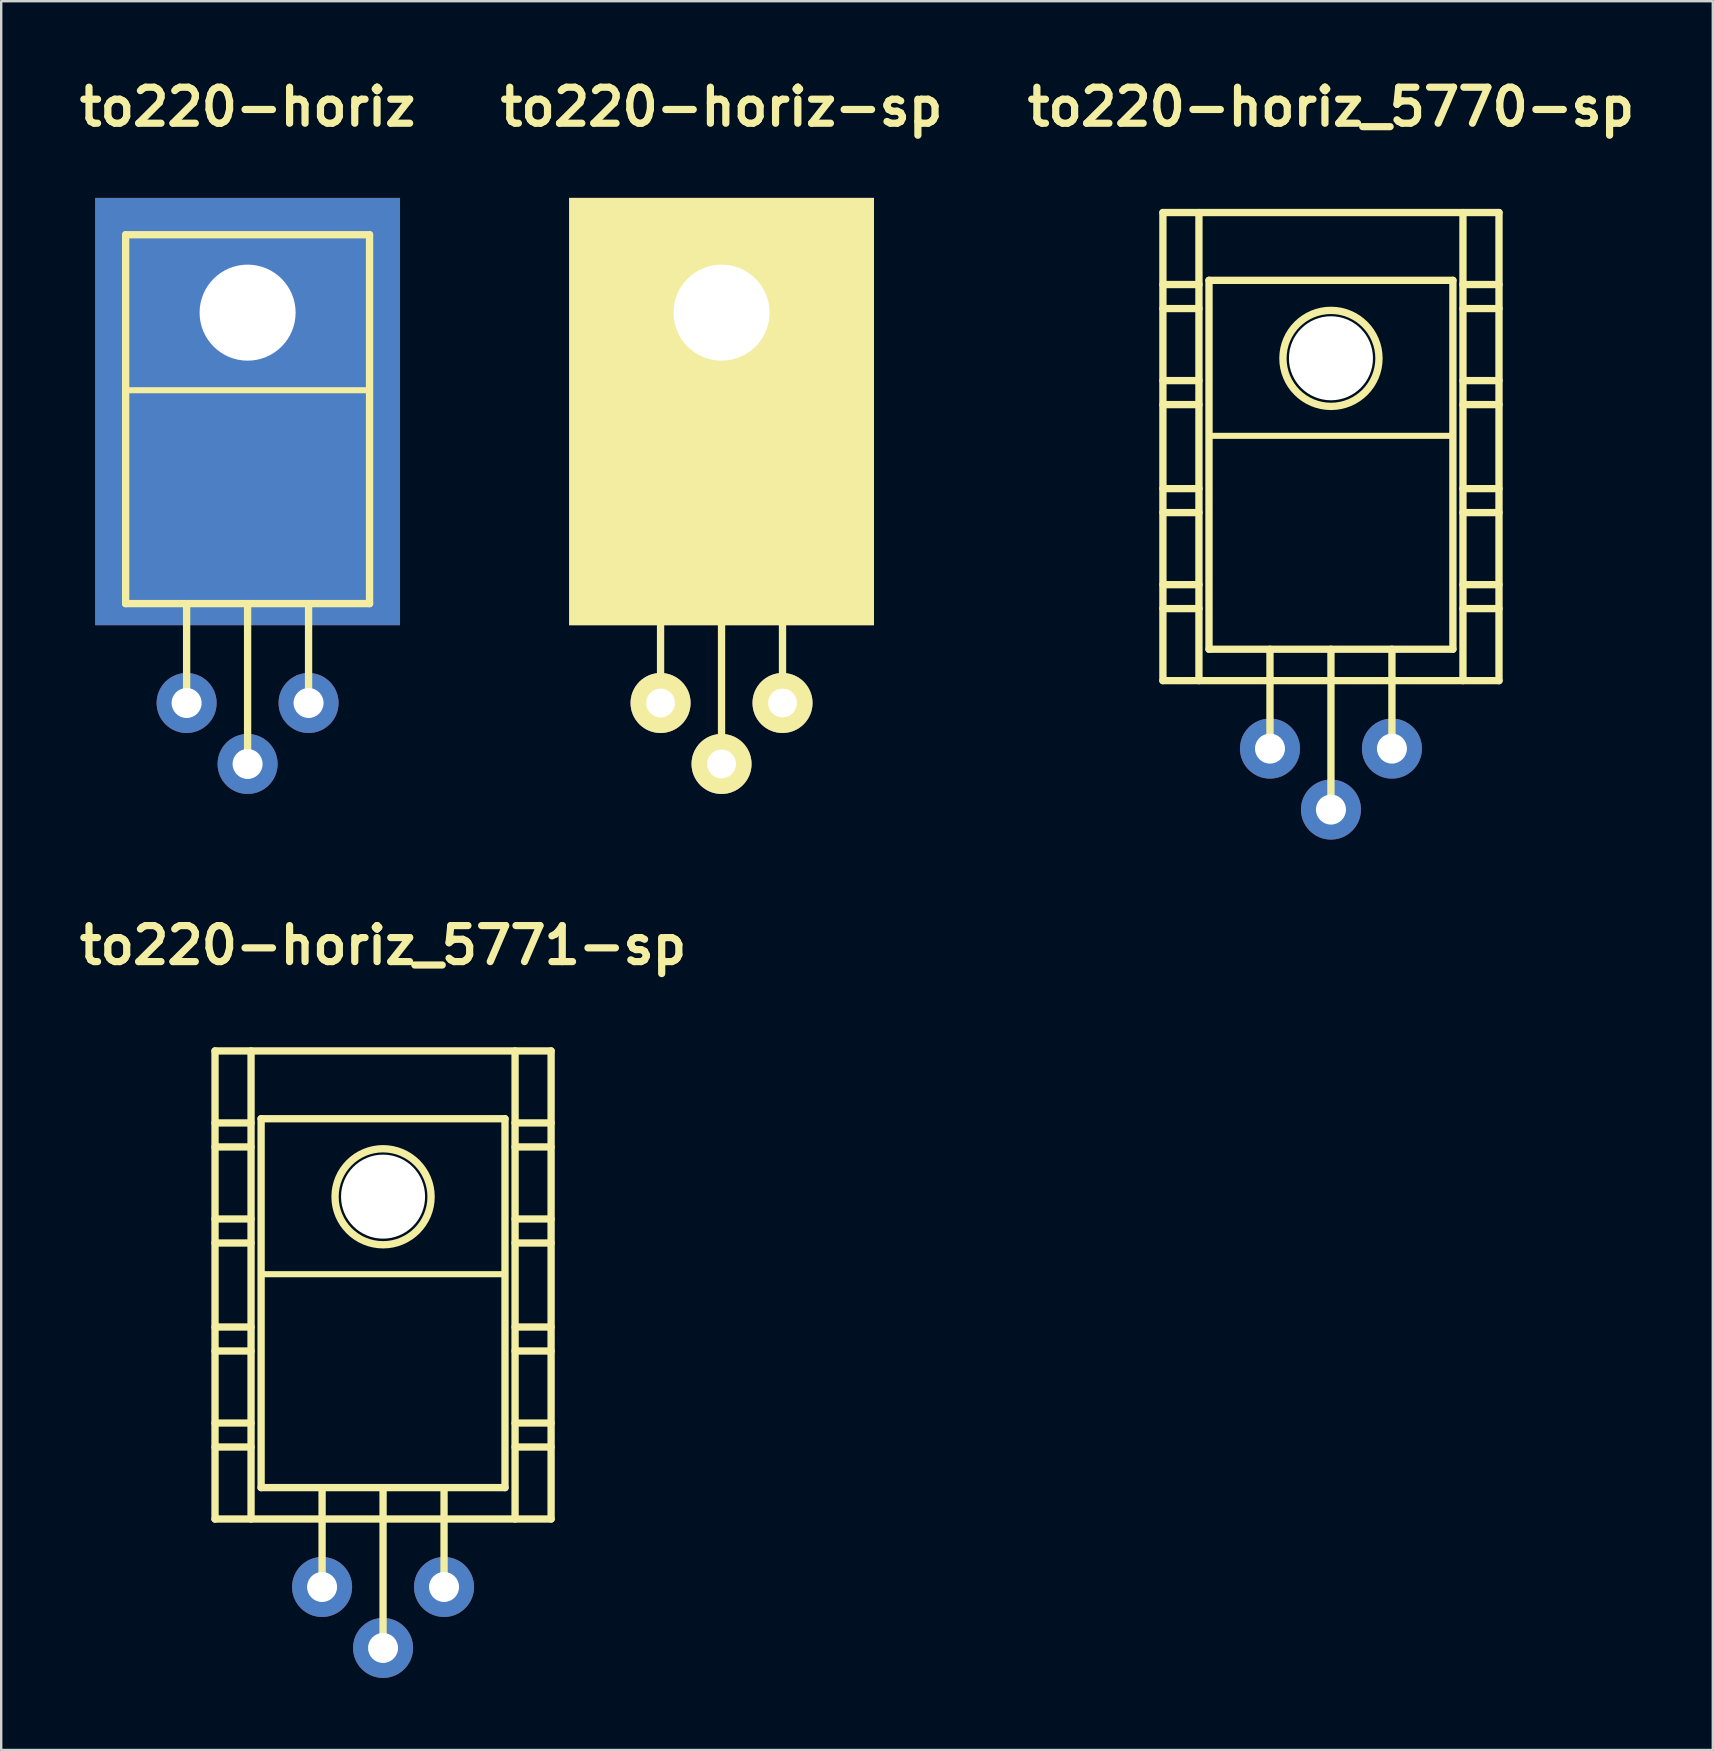
<source format=kicad_pcb>
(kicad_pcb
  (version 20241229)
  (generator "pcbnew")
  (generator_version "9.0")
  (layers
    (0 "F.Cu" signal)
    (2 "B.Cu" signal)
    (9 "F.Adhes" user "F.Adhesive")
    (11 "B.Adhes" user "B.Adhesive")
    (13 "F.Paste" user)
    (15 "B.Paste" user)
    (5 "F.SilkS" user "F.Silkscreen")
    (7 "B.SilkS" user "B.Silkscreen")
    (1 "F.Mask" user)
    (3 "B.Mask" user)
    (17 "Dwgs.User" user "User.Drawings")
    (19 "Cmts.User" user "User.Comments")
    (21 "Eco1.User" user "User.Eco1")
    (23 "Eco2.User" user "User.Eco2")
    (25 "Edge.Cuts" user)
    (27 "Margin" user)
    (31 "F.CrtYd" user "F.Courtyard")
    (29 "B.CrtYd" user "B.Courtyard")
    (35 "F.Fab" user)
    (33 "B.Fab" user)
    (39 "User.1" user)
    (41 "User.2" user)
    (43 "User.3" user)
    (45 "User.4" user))
  (footprint "to220-horiz_5771-sp"
    (layer "F.Cu")
    (at 12.907 54.728)
    (property "Reference" "to220-horiz_5771-sp" (at 0 -18.4 0) (layer "F.SilkS") (effects (font (size 1.5 1.5) (thickness 0.3))))
    (attr through_hole)
    (fp_line (start -7 -14) (end -7 5.499) (stroke (width 0.305) (type solid)) (layer "F.SilkS"))
    (fp_line (start -7 -11.001) (end -5.499 -11.001) (stroke (width 0.305) (type solid)) (layer "F.SilkS"))
    (fp_line (start -7 -10) (end -5.499 -10) (stroke (width 0.305) (type solid)) (layer "F.SilkS"))
    (fp_line (start -7 -7) (end -5.499 -7) (stroke (width 0.305) (type solid)) (layer "F.SilkS"))
    (fp_line (start -7 -5.999) (end -5.499 -5.999) (stroke (width 0.305) (type solid)) (layer "F.SilkS"))
    (fp_line (start -7 -2.499) (end -5.499 -2.499) (stroke (width 0.305) (type solid)) (layer "F.SilkS"))
    (fp_line (start -7 -1.501) (end -5.499 -1.501) (stroke (width 0.305) (type solid)) (layer "F.SilkS"))
    (fp_line (start -7 1.501) (end -5.499 1.501) (stroke (width 0.305) (type solid)) (layer "F.SilkS"))
    (fp_line (start -7 2.499) (end -5.499 2.499) (stroke (width 0.305) (type solid)) (layer "F.SilkS"))
    (fp_line (start -7 5.499) (end 7 5.499) (stroke (width 0.305) (type solid)) (layer "F.SilkS"))
    (fp_line (start -5.499 5.499) (end -5.499 -14) (stroke (width 0.305) (type solid)) (layer "F.SilkS"))
    (fp_line (start -5.08 -11.176) (end -5.08 4.191) (stroke (width 0.305) (type solid)) (layer "F.SilkS"))
    (fp_line (start -5.08 4.191) (end 5.08 4.191) (stroke (width 0.305) (type solid)) (layer "F.SilkS"))
    (fp_line (start -2.54 8.382) (end -2.54 4.191) (stroke (width 0.305) (type solid)) (layer "F.SilkS"))
    (fp_line (start 0 4.191) (end 0 10.922) (stroke (width 0.305) (type solid)) (layer "F.SilkS"))
    (fp_line (start 2.54 8.382) (end 2.54 4.191) (stroke (width 0.305) (type solid)) (layer "F.SilkS"))
    (fp_line (start 5.08 -11.176) (end -5.08 -11.176) (stroke (width 0.305) (type solid)) (layer "F.SilkS"))
    (fp_line (start 5.08 -4.699) (end -5.08 -4.699) (stroke (width 0.254) (type solid)) (layer "F.SilkS"))
    (fp_line (start 5.08 4.191) (end 5.08 -11.176) (stroke (width 0.305) (type solid)) (layer "F.SilkS"))
    (fp_line (start 5.499 -14) (end 5.499 5.499) (stroke (width 0.305) (type solid)) (layer "F.SilkS"))
    (fp_line (start 5.499 -11.001) (end 7 -11.001) (stroke (width 0.305) (type solid)) (layer "F.SilkS"))
    (fp_line (start 5.499 -10) (end 7 -10) (stroke (width 0.305) (type solid)) (layer "F.SilkS"))
    (fp_line (start 5.499 -7) (end 7 -7) (stroke (width 0.305) (type solid)) (layer "F.SilkS"))
    (fp_line (start 5.499 -5.999) (end 7 -5.999) (stroke (width 0.305) (type solid)) (layer "F.SilkS"))
    (fp_line (start 5.499 -2.499) (end 7 -2.499) (stroke (width 0.305) (type solid)) (layer "F.SilkS"))
    (fp_line (start 5.499 -1.501) (end 7 -1.501) (stroke (width 0.305) (type solid)) (layer "F.SilkS"))
    (fp_line (start 5.499 1.501) (end 7 1.501) (stroke (width 0.305) (type solid)) (layer "F.SilkS"))
    (fp_line (start 5.499 2.499) (end 7 2.499) (stroke (width 0.305) (type solid)) (layer "F.SilkS"))
    (fp_line (start 7 -14) (end -7 -14) (stroke (width 0.305) (type solid)) (layer "F.SilkS"))
    (fp_line (start 7 5.499) (end 7 -14) (stroke (width 0.305) (type solid)) (layer "F.SilkS"))
    (fp_circle (center 0 -7.925) (end -1.999 -8.001) (stroke (width 0.305) (type solid)) (fill no) (layer "F.SilkS"))
    (pad "" np_thru_hole circle (at 0 -7.93) (size 3.5 3.5) (drill 3.5) (layers "*.Cu" "*.Mask"))
    (pad "1" thru_hole circle (at -2.54 8.33) (size 2.5 2.5) (drill 1.25) (layers "*.Cu" "*.Mask"))
    (pad "2" thru_hole circle (at 0 10.87) (size 2.5 2.5) (drill 1.25) (layers "*.Cu" "*.Mask"))
    (pad "3" thru_hole circle (at 2.54 8.33) (size 2.5 2.5) (drill 1.25) (layers "*.Cu" "*.Mask")))
  (footprint "to220-horiz_5770-sp"
    (layer "F.Cu")
    (at 52.393 19.804)
    (property "Reference" "to220-horiz_5770-sp" (at 0 -18.4 0) (layer "F.SilkS") (effects (font (size 1.5 1.5) (thickness 0.3))))
    (attr through_hole)
    (fp_line (start -7 -14) (end -7 5.499) (stroke (width 0.305) (type solid)) (layer "F.SilkS"))
    (fp_line (start -7 -11.001) (end -5.499 -11.001) (stroke (width 0.305) (type solid)) (layer "F.SilkS"))
    (fp_line (start -7 -10) (end -5.499 -10) (stroke (width 0.305) (type solid)) (layer "F.SilkS"))
    (fp_line (start -7 -7) (end -5.499 -7) (stroke (width 0.305) (type solid)) (layer "F.SilkS"))
    (fp_line (start -7 -5.999) (end -5.499 -5.999) (stroke (width 0.305) (type solid)) (layer "F.SilkS"))
    (fp_line (start -7 -2.499) (end -5.499 -2.499) (stroke (width 0.305) (type solid)) (layer "F.SilkS"))
    (fp_line (start -7 -1.501) (end -5.499 -1.501) (stroke (width 0.305) (type solid)) (layer "F.SilkS"))
    (fp_line (start -7 1.501) (end -5.499 1.501) (stroke (width 0.305) (type solid)) (layer "F.SilkS"))
    (fp_line (start -7 2.499) (end -5.499 2.499) (stroke (width 0.305) (type solid)) (layer "F.SilkS"))
    (fp_line (start -7 5.499) (end 7 5.499) (stroke (width 0.305) (type solid)) (layer "F.SilkS"))
    (fp_line (start -5.499 5.499) (end -5.499 -14) (stroke (width 0.305) (type solid)) (layer "F.SilkS"))
    (fp_line (start -5.08 -11.176) (end -5.08 4.191) (stroke (width 0.305) (type solid)) (layer "F.SilkS"))
    (fp_line (start -5.08 4.191) (end 5.08 4.191) (stroke (width 0.305) (type solid)) (layer "F.SilkS"))
    (fp_line (start -2.54 8.382) (end -2.54 4.191) (stroke (width 0.305) (type solid)) (layer "F.SilkS"))
    (fp_line (start 0 4.191) (end 0 10.922) (stroke (width 0.305) (type solid)) (layer "F.SilkS"))
    (fp_line (start 2.54 8.382) (end 2.54 4.191) (stroke (width 0.305) (type solid)) (layer "F.SilkS"))
    (fp_line (start 5.08 -11.176) (end -5.08 -11.176) (stroke (width 0.305) (type solid)) (layer "F.SilkS"))
    (fp_line (start 5.08 -4.699) (end -5.08 -4.699) (stroke (width 0.254) (type solid)) (layer "F.SilkS"))
    (fp_line (start 5.08 4.191) (end 5.08 -11.176) (stroke (width 0.305) (type solid)) (layer "F.SilkS"))
    (fp_line (start 5.499 -14) (end 5.499 5.499) (stroke (width 0.305) (type solid)) (layer "F.SilkS"))
    (fp_line (start 5.499 -11.001) (end 7 -11.001) (stroke (width 0.305) (type solid)) (layer "F.SilkS"))
    (fp_line (start 5.499 -10) (end 7 -10) (stroke (width 0.305) (type solid)) (layer "F.SilkS"))
    (fp_line (start 5.499 -7) (end 7 -7) (stroke (width 0.305) (type solid)) (layer "F.SilkS"))
    (fp_line (start 5.499 -5.999) (end 7 -5.999) (stroke (width 0.305) (type solid)) (layer "F.SilkS"))
    (fp_line (start 5.499 -2.499) (end 7 -2.499) (stroke (width 0.305) (type solid)) (layer "F.SilkS"))
    (fp_line (start 5.499 -1.501) (end 7 -1.501) (stroke (width 0.305) (type solid)) (layer "F.SilkS"))
    (fp_line (start 5.499 1.501) (end 7 1.501) (stroke (width 0.305) (type solid)) (layer "F.SilkS"))
    (fp_line (start 5.499 2.499) (end 7 2.499) (stroke (width 0.305) (type solid)) (layer "F.SilkS"))
    (fp_line (start 7 -14) (end -7 -14) (stroke (width 0.305) (type solid)) (layer "F.SilkS"))
    (fp_line (start 7 5.499) (end 7 -14) (stroke (width 0.305) (type solid)) (layer "F.SilkS"))
    (fp_circle (center 0 -7.925) (end -1.999 -8.001) (stroke (width 0.305) (type solid)) (fill no) (layer "F.SilkS"))
    (pad "" np_thru_hole circle (at 0 -7.93) (size 3.5 3.5) (drill 3.5) (layers "*.Cu" "*.Mask"))
    (pad "1" thru_hole circle (at -2.54 8.33) (size 2.5 2.5) (drill 1.25) (layers "*.Cu" "*.Mask"))
    (pad "2" thru_hole circle (at 0 10.87) (size 2.5 2.5) (drill 1.25) (layers "*.Cu" "*.Mask"))
    (pad "3" thru_hole circle (at 2.54 8.33) (size 2.5 2.5) (drill 1.25) (layers "*.Cu" "*.Mask")))
  (footprint "to220-horiz-sp"
    (layer "F.Cu")
    (at 27.007 17.904)
    (property "Reference" "to220-horiz-sp" (at 0 -16.5 0) (layer "F.SilkS") (effects (font (size 1.5 1.5) (thickness 0.3))))
    (attr through_hole)
    (fp_line (start -5.08 -11.176) (end -5.08 4.191) (stroke (width 0.305) (type solid)) (layer "F.SilkS"))
    (fp_line (start -5.08 4.191) (end 5.08 4.191) (stroke (width 0.305) (type solid)) (layer "F.SilkS"))
    (fp_line (start -2.54 8.382) (end -2.54 4.191) (stroke (width 0.305) (type solid)) (layer "F.SilkS"))
    (fp_line (start 0 4.191) (end 0 10.922) (stroke (width 0.305) (type solid)) (layer "F.SilkS"))
    (fp_line (start 2.54 8.382) (end 2.54 4.191) (stroke (width 0.305) (type solid)) (layer "F.SilkS"))
    (fp_line (start 5.08 -11.176) (end -5.08 -11.176) (stroke (width 0.305) (type solid)) (layer "F.SilkS"))
    (fp_line (start 5.08 -4.699) (end -5.08 -4.699) (stroke (width 0.254) (type solid)) (layer "F.SilkS"))
    (fp_line (start 5.08 4.191) (end 5.08 -11.176) (stroke (width 0.305) (type solid)) (layer "F.SilkS"))
    (pad "1" thru_hole circle (at -2.54 8.33) (size 2.5 2.5) (drill 1.2) (layers "*.Cu" "*.Mask" "F.SilkS"))
    (pad "2" thru_hole circle (at 0 10.87) (size 2.5 2.5) (drill 1.2) (layers "*.Cu" "*.Mask" "F.SilkS"))
    (pad "3" thru_hole circle (at 2.54 8.33) (size 2.5 2.5) (drill 1.2) (layers "*.Cu" "*.Mask" "F.SilkS"))
    (pad "4" thru_hole rect (at 0 -7.93) (size 12.7 17.8) (drill 4 (offset 0 4.12)) (layers "F.Cu" "F.Mask" "F.SilkS")))
  (footprint "to220-horiz"
    (layer "F.Cu")
    (at 7.264 17.904)
    (property "Reference" "to220-horiz" (at 0 -16.5 0) (layer "F.SilkS") (effects (font (size 1.5 1.5) (thickness 0.3))))
    (attr through_hole)
    (fp_line (start -5.08 -11.176) (end -5.08 4.191) (stroke (width 0.305) (type solid)) (layer "F.SilkS"))
    (fp_line (start -5.08 4.191) (end 5.08 4.191) (stroke (width 0.305) (type solid)) (layer "F.SilkS"))
    (fp_line (start -2.54 8.382) (end -2.54 4.191) (stroke (width 0.305) (type solid)) (layer "F.SilkS"))
    (fp_line (start 0 4.191) (end 0 10.922) (stroke (width 0.305) (type solid)) (layer "F.SilkS"))
    (fp_line (start 2.54 8.382) (end 2.54 4.191) (stroke (width 0.305) (type solid)) (layer "F.SilkS"))
    (fp_line (start 5.08 -11.176) (end -5.08 -11.176) (stroke (width 0.305) (type solid)) (layer "F.SilkS"))
    (fp_line (start 5.08 -4.699) (end -5.08 -4.699) (stroke (width 0.254) (type solid)) (layer "F.SilkS"))
    (fp_line (start 5.08 4.191) (end 5.08 -11.176) (stroke (width 0.305) (type solid)) (layer "F.SilkS"))
    (pad "1" thru_hole circle (at 2.54 8.33) (size 2.5 2.5) (drill 1.25) (layers "*.Cu" "*.Mask"))
    (pad "2" thru_hole circle (at 0 10.87) (size 2.5 2.5) (drill 1.25) (layers "*.Cu" "*.Mask"))
    (pad "3" thru_hole circle (at -2.54 8.33) (size 2.5 2.5) (drill 1.25) (layers "*.Cu" "*.Mask"))
    (pad "4" thru_hole rect (at 0 -7.93) (size 12.7 17.8) (drill 4 (offset 0 4.12)) (layers "F.Cu" "F.Mask")))
  (gr_rect
    (start -3 -3)
    (end 68.3 69.848)
    (stroke (width 0.1) (type default))
    (fill no)
    (layer "Edge.Cuts")))
</source>
